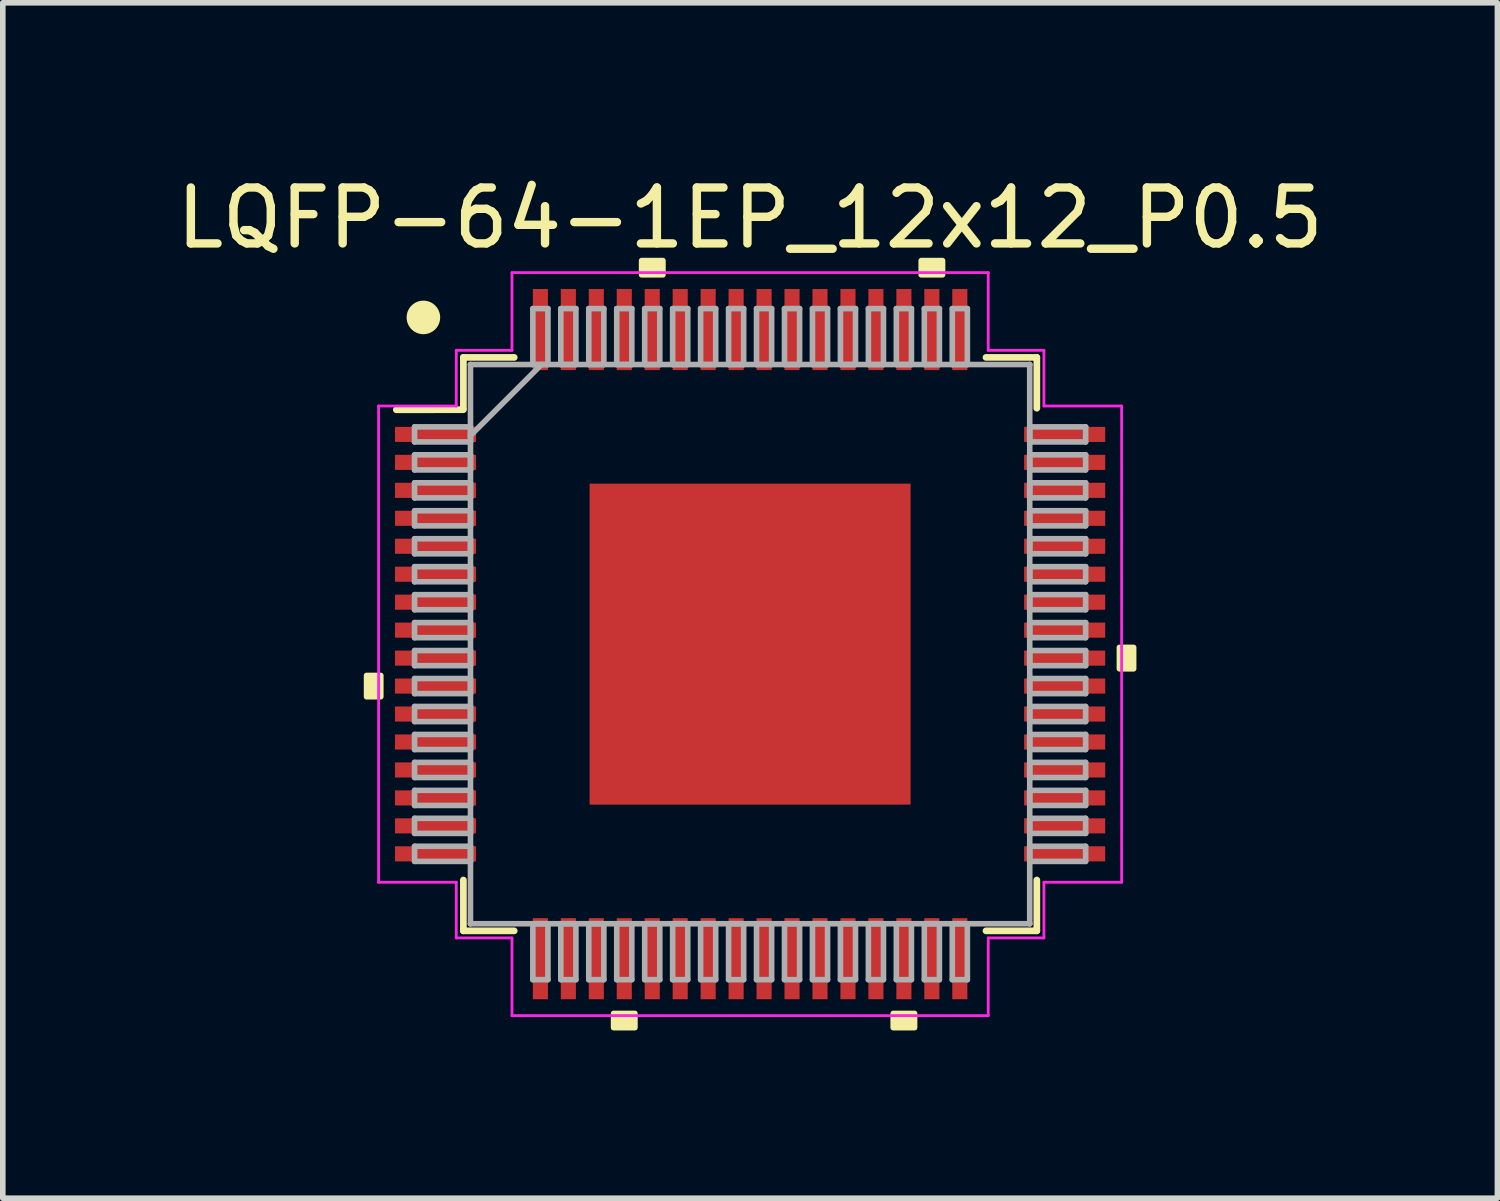
<source format=kicad_pcb>
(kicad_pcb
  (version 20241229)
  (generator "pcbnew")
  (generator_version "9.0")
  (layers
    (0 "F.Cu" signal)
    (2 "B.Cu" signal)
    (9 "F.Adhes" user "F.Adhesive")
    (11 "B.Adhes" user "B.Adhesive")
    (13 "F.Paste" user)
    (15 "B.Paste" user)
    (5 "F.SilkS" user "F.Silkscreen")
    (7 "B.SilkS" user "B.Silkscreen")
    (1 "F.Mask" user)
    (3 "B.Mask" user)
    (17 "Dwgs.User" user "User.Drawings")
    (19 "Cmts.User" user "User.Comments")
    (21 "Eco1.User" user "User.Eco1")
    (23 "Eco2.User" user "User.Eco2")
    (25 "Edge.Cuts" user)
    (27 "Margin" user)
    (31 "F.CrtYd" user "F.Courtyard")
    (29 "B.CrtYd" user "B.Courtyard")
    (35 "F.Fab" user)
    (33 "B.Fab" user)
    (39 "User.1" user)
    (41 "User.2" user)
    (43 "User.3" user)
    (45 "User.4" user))
  (footprint "LQFP-64-1EP_12x12_P0.5"
    (layer "F.Cu")
    (at 10.363 8.468)
    (property "Reference" "LQFP-64-1EP_12x12_P0.5" (at 0 -7.62 0) (layer "F.SilkS") (effects (font (size 1 1) (thickness 0.15))))
    (attr through_hole)
    (fp_line (start -5.127 -5.127) (end -5.127 -4.218) (stroke (width 0.12) (type solid)) (layer "F.SilkS"))
    (fp_line (start -5.127 -4.192) (end -6.326 -4.19) (stroke (width 0.12) (type solid)) (layer "F.SilkS"))
    (fp_line (start -5.127 4.218) (end -5.127 5.127) (stroke (width 0.12) (type solid)) (layer "F.SilkS"))
    (fp_line (start -5.127 5.127) (end -4.218 5.127) (stroke (width 0.12) (type solid)) (layer "F.SilkS"))
    (fp_line (start -4.218 -5.127) (end -5.127 -5.127) (stroke (width 0.12) (type solid)) (layer "F.SilkS"))
    (fp_line (start 4.218 5.127) (end 5.127 5.127) (stroke (width 0.12) (type solid)) (layer "F.SilkS"))
    (fp_line (start 5.127 -5.127) (end 4.218 -5.127) (stroke (width 0.12) (type solid)) (layer "F.SilkS"))
    (fp_line (start 5.127 -4.218) (end 5.127 -5.127) (stroke (width 0.12) (type solid)) (layer "F.SilkS"))
    (fp_line (start 5.127 5.127) (end 5.127 4.218) (stroke (width 0.12) (type solid)) (layer "F.SilkS"))
    (fp_circle (center -5.842 -5.842) (end -5.542 -5.842) (stroke (width 0) (type solid)) (fill yes) (layer "F.SilkS"))
    (fp_poly (pts (xy -6.858 0.56) (xy -6.858 0.941) (xy -6.604 0.941) (xy -6.604 0.56)) (stroke (width 0.1) (type solid)) (fill yes) (layer "F.SilkS"))
    (fp_poly (pts (xy -2.441 6.604) (xy -2.441 6.858) (xy -2.06 6.858) (xy -2.06 6.604)) (stroke (width 0.1) (type solid)) (fill yes) (layer "F.SilkS"))
    (fp_poly (pts (xy -1.94 -6.604) (xy -1.94 -6.858) (xy -1.559 -6.858) (xy -1.559 -6.604)) (stroke (width 0.1) (type solid)) (fill yes) (layer "F.SilkS"))
    (fp_poly (pts (xy 2.559 6.604) (xy 2.559 6.858) (xy 2.941 6.858) (xy 2.941 6.604)) (stroke (width 0.1) (type solid)) (fill yes) (layer "F.SilkS"))
    (fp_poly (pts (xy 3.06 -6.604) (xy 3.06 -6.858) (xy 3.441 -6.858) (xy 3.441 -6.604)) (stroke (width 0.1) (type solid)) (fill yes) (layer "F.SilkS"))
    (fp_poly (pts (xy 6.858 0.059) (xy 6.858 0.441) (xy 6.604 0.441) (xy 6.604 0.059)) (stroke (width 0.1) (type solid)) (fill yes) (layer "F.SilkS"))
    (fp_line (start -6.643 -4.258) (end -5.254 -4.258) (stroke (width 0.05) (type solid)) (layer "F.CrtYd"))
    (fp_line (start -6.643 4.258) (end -6.643 -4.258) (stroke (width 0.05) (type solid)) (layer "F.CrtYd"))
    (fp_line (start -5.254 -5.254) (end -4.258 -5.254) (stroke (width 0.05) (type solid)) (layer "F.CrtYd"))
    (fp_line (start -5.254 -4.258) (end -5.254 -5.254) (stroke (width 0.05) (type solid)) (layer "F.CrtYd"))
    (fp_line (start -5.254 4.258) (end -6.643 4.258) (stroke (width 0.05) (type solid)) (layer "F.CrtYd"))
    (fp_line (start -5.254 5.254) (end -5.254 4.258) (stroke (width 0.05) (type solid)) (layer "F.CrtYd"))
    (fp_line (start -4.258 -6.643) (end 4.258 -6.643) (stroke (width 0.05) (type solid)) (layer "F.CrtYd"))
    (fp_line (start -4.258 -5.254) (end -4.258 -6.643) (stroke (width 0.05) (type solid)) (layer "F.CrtYd"))
    (fp_line (start -4.258 5.254) (end -5.254 5.254) (stroke (width 0.05) (type solid)) (layer "F.CrtYd"))
    (fp_line (start -4.258 6.643) (end -4.258 5.254) (stroke (width 0.05) (type solid)) (layer "F.CrtYd"))
    (fp_line (start 4.258 -6.643) (end 4.258 -5.254) (stroke (width 0.05) (type solid)) (layer "F.CrtYd"))
    (fp_line (start 4.258 -5.254) (end 5.254 -5.254) (stroke (width 0.05) (type solid)) (layer "F.CrtYd"))
    (fp_line (start 4.258 5.254) (end 4.258 6.643) (stroke (width 0.05) (type solid)) (layer "F.CrtYd"))
    (fp_line (start 4.258 6.643) (end -4.258 6.643) (stroke (width 0.05) (type solid)) (layer "F.CrtYd"))
    (fp_line (start 5.254 -5.254) (end 5.254 -4.258) (stroke (width 0.05) (type solid)) (layer "F.CrtYd"))
    (fp_line (start 5.254 -4.258) (end 6.643 -4.258) (stroke (width 0.05) (type solid)) (layer "F.CrtYd"))
    (fp_line (start 5.254 4.258) (end 5.254 5.254) (stroke (width 0.05) (type solid)) (layer "F.CrtYd"))
    (fp_line (start 5.254 5.254) (end 4.258 5.254) (stroke (width 0.05) (type solid)) (layer "F.CrtYd"))
    (fp_line (start 6.643 -4.258) (end 6.643 4.258) (stroke (width 0.05) (type solid)) (layer "F.CrtYd"))
    (fp_line (start 6.643 4.258) (end 5.254 4.258) (stroke (width 0.05) (type solid)) (layer "F.CrtYd"))
    (fp_line (start -6 -3.885) (end -6 -3.615) (stroke (width 0.1) (type solid)) (layer "F.Fab"))
    (fp_line (start -6 -3.615) (end -5 -3.615) (stroke (width 0.1) (type solid)) (layer "F.Fab"))
    (fp_line (start -6 -3.385) (end -6 -3.115) (stroke (width 0.1) (type solid)) (layer "F.Fab"))
    (fp_line (start -6 -3.115) (end -5 -3.115) (stroke (width 0.1) (type solid)) (layer "F.Fab"))
    (fp_line (start -6 -2.885) (end -6 -2.615) (stroke (width 0.1) (type solid)) (layer "F.Fab"))
    (fp_line (start -6 -2.615) (end -5 -2.615) (stroke (width 0.1) (type solid)) (layer "F.Fab"))
    (fp_line (start -6 -2.385) (end -6 -2.115) (stroke (width 0.1) (type solid)) (layer "F.Fab"))
    (fp_line (start -6 -2.115) (end -5 -2.115) (stroke (width 0.1) (type solid)) (layer "F.Fab"))
    (fp_line (start -6 -1.885) (end -6 -1.615) (stroke (width 0.1) (type solid)) (layer "F.Fab"))
    (fp_line (start -6 -1.615) (end -5 -1.615) (stroke (width 0.1) (type solid)) (layer "F.Fab"))
    (fp_line (start -6 -1.385) (end -6 -1.115) (stroke (width 0.1) (type solid)) (layer "F.Fab"))
    (fp_line (start -6 -1.115) (end -5 -1.115) (stroke (width 0.1) (type solid)) (layer "F.Fab"))
    (fp_line (start -6 -0.885) (end -6 -0.615) (stroke (width 0.1) (type solid)) (layer "F.Fab"))
    (fp_line (start -6 -0.615) (end -5 -0.615) (stroke (width 0.1) (type solid)) (layer "F.Fab"))
    (fp_line (start -6 -0.385) (end -6 -0.115) (stroke (width 0.1) (type solid)) (layer "F.Fab"))
    (fp_line (start -6 -0.115) (end -5 -0.115) (stroke (width 0.1) (type solid)) (layer "F.Fab"))
    (fp_line (start -6 0.115) (end -6 0.385) (stroke (width 0.1) (type solid)) (layer "F.Fab"))
    (fp_line (start -6 0.385) (end -5 0.385) (stroke (width 0.1) (type solid)) (layer "F.Fab"))
    (fp_line (start -6 0.615) (end -6 0.885) (stroke (width 0.1) (type solid)) (layer "F.Fab"))
    (fp_line (start -6 0.885) (end -5 0.885) (stroke (width 0.1) (type solid)) (layer "F.Fab"))
    (fp_line (start -6 1.115) (end -6 1.385) (stroke (width 0.1) (type solid)) (layer "F.Fab"))
    (fp_line (start -6 1.385) (end -5 1.385) (stroke (width 0.1) (type solid)) (layer "F.Fab"))
    (fp_line (start -6 1.615) (end -6 1.885) (stroke (width 0.1) (type solid)) (layer "F.Fab"))
    (fp_line (start -6 1.885) (end -5 1.885) (stroke (width 0.1) (type solid)) (layer "F.Fab"))
    (fp_line (start -6 2.115) (end -6 2.385) (stroke (width 0.1) (type solid)) (layer "F.Fab"))
    (fp_line (start -6 2.385) (end -5 2.385) (stroke (width 0.1) (type solid)) (layer "F.Fab"))
    (fp_line (start -6 2.615) (end -6 2.885) (stroke (width 0.1) (type solid)) (layer "F.Fab"))
    (fp_line (start -6 2.885) (end -5 2.885) (stroke (width 0.1) (type solid)) (layer "F.Fab"))
    (fp_line (start -6 3.115) (end -6 3.385) (stroke (width 0.1) (type solid)) (layer "F.Fab"))
    (fp_line (start -6 3.385) (end -5 3.385) (stroke (width 0.1) (type solid)) (layer "F.Fab"))
    (fp_line (start -6 3.615) (end -6 3.885) (stroke (width 0.1) (type solid)) (layer "F.Fab"))
    (fp_line (start -6 3.885) (end -5 3.885) (stroke (width 0.1) (type solid)) (layer "F.Fab"))
    (fp_line (start -5 -5) (end -5 -5) (stroke (width 0.1) (type solid)) (layer "F.Fab"))
    (fp_line (start -5 -5) (end -5 5) (stroke (width 0.1) (type solid)) (layer "F.Fab"))
    (fp_line (start -5 -3.885) (end -6 -3.885) (stroke (width 0.1) (type solid)) (layer "F.Fab"))
    (fp_line (start -5 -3.73) (end -3.73 -5) (stroke (width 0.1) (type solid)) (layer "F.Fab"))
    (fp_line (start -5 -3.615) (end -5 -3.885) (stroke (width 0.1) (type solid)) (layer "F.Fab"))
    (fp_line (start -5 -3.385) (end -6 -3.385) (stroke (width 0.1) (type solid)) (layer "F.Fab"))
    (fp_line (start -5 -3.115) (end -5 -3.385) (stroke (width 0.1) (type solid)) (layer "F.Fab"))
    (fp_line (start -5 -2.885) (end -6 -2.885) (stroke (width 0.1) (type solid)) (layer "F.Fab"))
    (fp_line (start -5 -2.615) (end -5 -2.885) (stroke (width 0.1) (type solid)) (layer "F.Fab"))
    (fp_line (start -5 -2.385) (end -6 -2.385) (stroke (width 0.1) (type solid)) (layer "F.Fab"))
    (fp_line (start -5 -2.115) (end -5 -2.385) (stroke (width 0.1) (type solid)) (layer "F.Fab"))
    (fp_line (start -5 -1.885) (end -6 -1.885) (stroke (width 0.1) (type solid)) (layer "F.Fab"))
    (fp_line (start -5 -1.615) (end -5 -1.885) (stroke (width 0.1) (type solid)) (layer "F.Fab"))
    (fp_line (start -5 -1.385) (end -6 -1.385) (stroke (width 0.1) (type solid)) (layer "F.Fab"))
    (fp_line (start -5 -1.115) (end -5 -1.385) (stroke (width 0.1) (type solid)) (layer "F.Fab"))
    (fp_line (start -5 -0.885) (end -6 -0.885) (stroke (width 0.1) (type solid)) (layer "F.Fab"))
    (fp_line (start -5 -0.615) (end -5 -0.885) (stroke (width 0.1) (type solid)) (layer "F.Fab"))
    (fp_line (start -5 -0.385) (end -6 -0.385) (stroke (width 0.1) (type solid)) (layer "F.Fab"))
    (fp_line (start -5 -0.115) (end -5 -0.385) (stroke (width 0.1) (type solid)) (layer "F.Fab"))
    (fp_line (start -5 0.115) (end -6 0.115) (stroke (width 0.1) (type solid)) (layer "F.Fab"))
    (fp_line (start -5 0.385) (end -5 0.115) (stroke (width 0.1) (type solid)) (layer "F.Fab"))
    (fp_line (start -5 0.615) (end -6 0.615) (stroke (width 0.1) (type solid)) (layer "F.Fab"))
    (fp_line (start -5 0.885) (end -5 0.615) (stroke (width 0.1) (type solid)) (layer "F.Fab"))
    (fp_line (start -5 1.115) (end -6 1.115) (stroke (width 0.1) (type solid)) (layer "F.Fab"))
    (fp_line (start -5 1.385) (end -5 1.115) (stroke (width 0.1) (type solid)) (layer "F.Fab"))
    (fp_line (start -5 1.615) (end -6 1.615) (stroke (width 0.1) (type solid)) (layer "F.Fab"))
    (fp_line (start -5 1.885) (end -5 1.615) (stroke (width 0.1) (type solid)) (layer "F.Fab"))
    (fp_line (start -5 2.115) (end -6 2.115) (stroke (width 0.1) (type solid)) (layer "F.Fab"))
    (fp_line (start -5 2.385) (end -5 2.115) (stroke (width 0.1) (type solid)) (layer "F.Fab"))
    (fp_line (start -5 2.615) (end -6 2.615) (stroke (width 0.1) (type solid)) (layer "F.Fab"))
    (fp_line (start -5 2.885) (end -5 2.615) (stroke (width 0.1) (type solid)) (layer "F.Fab"))
    (fp_line (start -5 3.115) (end -6 3.115) (stroke (width 0.1) (type solid)) (layer "F.Fab"))
    (fp_line (start -5 3.385) (end -5 3.115) (stroke (width 0.1) (type solid)) (layer "F.Fab"))
    (fp_line (start -5 3.615) (end -6 3.615) (stroke (width 0.1) (type solid)) (layer "F.Fab"))
    (fp_line (start -5 3.885) (end -5 3.615) (stroke (width 0.1) (type solid)) (layer "F.Fab"))
    (fp_line (start -5 5) (end -5 5) (stroke (width 0.1) (type solid)) (layer "F.Fab"))
    (fp_line (start -5 5) (end 5 5) (stroke (width 0.1) (type solid)) (layer "F.Fab"))
    (fp_line (start -3.885 -6) (end -3.885 -5) (stroke (width 0.1) (type solid)) (layer "F.Fab"))
    (fp_line (start -3.885 -5) (end -3.615 -5) (stroke (width 0.1) (type solid)) (layer "F.Fab"))
    (fp_line (start -3.885 5) (end -3.885 6) (stroke (width 0.1) (type solid)) (layer "F.Fab"))
    (fp_line (start -3.885 6) (end -3.615 6) (stroke (width 0.1) (type solid)) (layer "F.Fab"))
    (fp_line (start -3.615 -6) (end -3.885 -6) (stroke (width 0.1) (type solid)) (layer "F.Fab"))
    (fp_line (start -3.615 -5) (end -3.615 -6) (stroke (width 0.1) (type solid)) (layer "F.Fab"))
    (fp_line (start -3.615 5) (end -3.885 5) (stroke (width 0.1) (type solid)) (layer "F.Fab"))
    (fp_line (start -3.615 6) (end -3.615 5) (stroke (width 0.1) (type solid)) (layer "F.Fab"))
    (fp_line (start -3.385 -6) (end -3.385 -5) (stroke (width 0.1) (type solid)) (layer "F.Fab"))
    (fp_line (start -3.385 -5) (end -3.115 -5) (stroke (width 0.1) (type solid)) (layer "F.Fab"))
    (fp_line (start -3.385 5) (end -3.385 6) (stroke (width 0.1) (type solid)) (layer "F.Fab"))
    (fp_line (start -3.385 6) (end -3.115 6) (stroke (width 0.1) (type solid)) (layer "F.Fab"))
    (fp_line (start -3.115 -6) (end -3.385 -6) (stroke (width 0.1) (type solid)) (layer "F.Fab"))
    (fp_line (start -3.115 -5) (end -3.115 -6) (stroke (width 0.1) (type solid)) (layer "F.Fab"))
    (fp_line (start -3.115 5) (end -3.385 5) (stroke (width 0.1) (type solid)) (layer "F.Fab"))
    (fp_line (start -3.115 6) (end -3.115 5) (stroke (width 0.1) (type solid)) (layer "F.Fab"))
    (fp_line (start -2.885 -6) (end -2.885 -5) (stroke (width 0.1) (type solid)) (layer "F.Fab"))
    (fp_line (start -2.885 -5) (end -2.615 -5) (stroke (width 0.1) (type solid)) (layer "F.Fab"))
    (fp_line (start -2.885 5) (end -2.885 6) (stroke (width 0.1) (type solid)) (layer "F.Fab"))
    (fp_line (start -2.885 6) (end -2.615 6) (stroke (width 0.1) (type solid)) (layer "F.Fab"))
    (fp_line (start -2.615 -6) (end -2.885 -6) (stroke (width 0.1) (type solid)) (layer "F.Fab"))
    (fp_line (start -2.615 -5) (end -2.615 -6) (stroke (width 0.1) (type solid)) (layer "F.Fab"))
    (fp_line (start -2.615 5) (end -2.885 5) (stroke (width 0.1) (type solid)) (layer "F.Fab"))
    (fp_line (start -2.615 6) (end -2.615 5) (stroke (width 0.1) (type solid)) (layer "F.Fab"))
    (fp_line (start -2.385 -6) (end -2.385 -5) (stroke (width 0.1) (type solid)) (layer "F.Fab"))
    (fp_line (start -2.385 -5) (end -2.115 -5) (stroke (width 0.1) (type solid)) (layer "F.Fab"))
    (fp_line (start -2.385 5) (end -2.385 6) (stroke (width 0.1) (type solid)) (layer "F.Fab"))
    (fp_line (start -2.385 6) (end -2.115 6) (stroke (width 0.1) (type solid)) (layer "F.Fab"))
    (fp_line (start -2.115 -6) (end -2.385 -6) (stroke (width 0.1) (type solid)) (layer "F.Fab"))
    (fp_line (start -2.115 -5) (end -2.115 -6) (stroke (width 0.1) (type solid)) (layer "F.Fab"))
    (fp_line (start -2.115 5) (end -2.385 5) (stroke (width 0.1) (type solid)) (layer "F.Fab"))
    (fp_line (start -2.115 6) (end -2.115 5) (stroke (width 0.1) (type solid)) (layer "F.Fab"))
    (fp_line (start -1.885 -6) (end -1.885 -5) (stroke (width 0.1) (type solid)) (layer "F.Fab"))
    (fp_line (start -1.885 -5) (end -1.615 -5) (stroke (width 0.1) (type solid)) (layer "F.Fab"))
    (fp_line (start -1.885 5) (end -1.885 6) (stroke (width 0.1) (type solid)) (layer "F.Fab"))
    (fp_line (start -1.885 6) (end -1.615 6) (stroke (width 0.1) (type solid)) (layer "F.Fab"))
    (fp_line (start -1.615 -6) (end -1.885 -6) (stroke (width 0.1) (type solid)) (layer "F.Fab"))
    (fp_line (start -1.615 -5) (end -1.615 -6) (stroke (width 0.1) (type solid)) (layer "F.Fab"))
    (fp_line (start -1.615 5) (end -1.885 5) (stroke (width 0.1) (type solid)) (layer "F.Fab"))
    (fp_line (start -1.615 6) (end -1.615 5) (stroke (width 0.1) (type solid)) (layer "F.Fab"))
    (fp_line (start -1.385 -6) (end -1.385 -5) (stroke (width 0.1) (type solid)) (layer "F.Fab"))
    (fp_line (start -1.385 -5) (end -1.115 -5) (stroke (width 0.1) (type solid)) (layer "F.Fab"))
    (fp_line (start -1.385 5) (end -1.385 6) (stroke (width 0.1) (type solid)) (layer "F.Fab"))
    (fp_line (start -1.385 6) (end -1.115 6) (stroke (width 0.1) (type solid)) (layer "F.Fab"))
    (fp_line (start -1.115 -6) (end -1.385 -6) (stroke (width 0.1) (type solid)) (layer "F.Fab"))
    (fp_line (start -1.115 -5) (end -1.115 -6) (stroke (width 0.1) (type solid)) (layer "F.Fab"))
    (fp_line (start -1.115 5) (end -1.385 5) (stroke (width 0.1) (type solid)) (layer "F.Fab"))
    (fp_line (start -1.115 6) (end -1.115 5) (stroke (width 0.1) (type solid)) (layer "F.Fab"))
    (fp_line (start -0.885 -6) (end -0.885 -5) (stroke (width 0.1) (type solid)) (layer "F.Fab"))
    (fp_line (start -0.885 -5) (end -0.615 -5) (stroke (width 0.1) (type solid)) (layer "F.Fab"))
    (fp_line (start -0.885 5) (end -0.885 6) (stroke (width 0.1) (type solid)) (layer "F.Fab"))
    (fp_line (start -0.885 6) (end -0.615 6) (stroke (width 0.1) (type solid)) (layer "F.Fab"))
    (fp_line (start -0.615 -6) (end -0.885 -6) (stroke (width 0.1) (type solid)) (layer "F.Fab"))
    (fp_line (start -0.615 -5) (end -0.615 -6) (stroke (width 0.1) (type solid)) (layer "F.Fab"))
    (fp_line (start -0.615 5) (end -0.885 5) (stroke (width 0.1) (type solid)) (layer "F.Fab"))
    (fp_line (start -0.615 6) (end -0.615 5) (stroke (width 0.1) (type solid)) (layer "F.Fab"))
    (fp_line (start -0.385 -6) (end -0.385 -5) (stroke (width 0.1) (type solid)) (layer "F.Fab"))
    (fp_line (start -0.385 -5) (end -0.115 -5) (stroke (width 0.1) (type solid)) (layer "F.Fab"))
    (fp_line (start -0.385 5) (end -0.385 6) (stroke (width 0.1) (type solid)) (layer "F.Fab"))
    (fp_line (start -0.385 6) (end -0.115 6) (stroke (width 0.1) (type solid)) (layer "F.Fab"))
    (fp_line (start -0.115 -6) (end -0.385 -6) (stroke (width 0.1) (type solid)) (layer "F.Fab"))
    (fp_line (start -0.115 -5) (end -0.115 -6) (stroke (width 0.1) (type solid)) (layer "F.Fab"))
    (fp_line (start -0.115 5) (end -0.385 5) (stroke (width 0.1) (type solid)) (layer "F.Fab"))
    (fp_line (start -0.115 6) (end -0.115 5) (stroke (width 0.1) (type solid)) (layer "F.Fab"))
    (fp_line (start 0.115 -6) (end 0.115 -5) (stroke (width 0.1) (type solid)) (layer "F.Fab"))
    (fp_line (start 0.115 -5) (end 0.385 -5) (stroke (width 0.1) (type solid)) (layer "F.Fab"))
    (fp_line (start 0.115 5) (end 0.115 6) (stroke (width 0.1) (type solid)) (layer "F.Fab"))
    (fp_line (start 0.115 6) (end 0.385 6) (stroke (width 0.1) (type solid)) (layer "F.Fab"))
    (fp_line (start 0.385 -6) (end 0.115 -6) (stroke (width 0.1) (type solid)) (layer "F.Fab"))
    (fp_line (start 0.385 -5) (end 0.385 -6) (stroke (width 0.1) (type solid)) (layer "F.Fab"))
    (fp_line (start 0.385 5) (end 0.115 5) (stroke (width 0.1) (type solid)) (layer "F.Fab"))
    (fp_line (start 0.385 6) (end 0.385 5) (stroke (width 0.1) (type solid)) (layer "F.Fab"))
    (fp_line (start 0.615 -6) (end 0.615 -5) (stroke (width 0.1) (type solid)) (layer "F.Fab"))
    (fp_line (start 0.615 -5) (end 0.885 -5) (stroke (width 0.1) (type solid)) (layer "F.Fab"))
    (fp_line (start 0.615 5) (end 0.615 6) (stroke (width 0.1) (type solid)) (layer "F.Fab"))
    (fp_line (start 0.615 6) (end 0.885 6) (stroke (width 0.1) (type solid)) (layer "F.Fab"))
    (fp_line (start 0.885 -6) (end 0.615 -6) (stroke (width 0.1) (type solid)) (layer "F.Fab"))
    (fp_line (start 0.885 -5) (end 0.885 -6) (stroke (width 0.1) (type solid)) (layer "F.Fab"))
    (fp_line (start 0.885 5) (end 0.615 5) (stroke (width 0.1) (type solid)) (layer "F.Fab"))
    (fp_line (start 0.885 6) (end 0.885 5) (stroke (width 0.1) (type solid)) (layer "F.Fab"))
    (fp_line (start 1.115 -6) (end 1.115 -5) (stroke (width 0.1) (type solid)) (layer "F.Fab"))
    (fp_line (start 1.115 -5) (end 1.385 -5) (stroke (width 0.1) (type solid)) (layer "F.Fab"))
    (fp_line (start 1.115 5) (end 1.115 6) (stroke (width 0.1) (type solid)) (layer "F.Fab"))
    (fp_line (start 1.115 6) (end 1.385 6) (stroke (width 0.1) (type solid)) (layer "F.Fab"))
    (fp_line (start 1.385 -6) (end 1.115 -6) (stroke (width 0.1) (type solid)) (layer "F.Fab"))
    (fp_line (start 1.385 -5) (end 1.385 -6) (stroke (width 0.1) (type solid)) (layer "F.Fab"))
    (fp_line (start 1.385 5) (end 1.115 5) (stroke (width 0.1) (type solid)) (layer "F.Fab"))
    (fp_line (start 1.385 6) (end 1.385 5) (stroke (width 0.1) (type solid)) (layer "F.Fab"))
    (fp_line (start 1.615 -6) (end 1.615 -5) (stroke (width 0.1) (type solid)) (layer "F.Fab"))
    (fp_line (start 1.615 -5) (end 1.885 -5) (stroke (width 0.1) (type solid)) (layer "F.Fab"))
    (fp_line (start 1.615 5) (end 1.615 6) (stroke (width 0.1) (type solid)) (layer "F.Fab"))
    (fp_line (start 1.615 6) (end 1.885 6) (stroke (width 0.1) (type solid)) (layer "F.Fab"))
    (fp_line (start 1.885 -6) (end 1.615 -6) (stroke (width 0.1) (type solid)) (layer "F.Fab"))
    (fp_line (start 1.885 -5) (end 1.885 -6) (stroke (width 0.1) (type solid)) (layer "F.Fab"))
    (fp_line (start 1.885 5) (end 1.615 5) (stroke (width 0.1) (type solid)) (layer "F.Fab"))
    (fp_line (start 1.885 6) (end 1.885 5) (stroke (width 0.1) (type solid)) (layer "F.Fab"))
    (fp_line (start 2.115 -6) (end 2.115 -5) (stroke (width 0.1) (type solid)) (layer "F.Fab"))
    (fp_line (start 2.115 -5) (end 2.385 -5) (stroke (width 0.1) (type solid)) (layer "F.Fab"))
    (fp_line (start 2.115 5) (end 2.115 6) (stroke (width 0.1) (type solid)) (layer "F.Fab"))
    (fp_line (start 2.115 6) (end 2.385 6) (stroke (width 0.1) (type solid)) (layer "F.Fab"))
    (fp_line (start 2.385 -6) (end 2.115 -6) (stroke (width 0.1) (type solid)) (layer "F.Fab"))
    (fp_line (start 2.385 -5) (end 2.385 -6) (stroke (width 0.1) (type solid)) (layer "F.Fab"))
    (fp_line (start 2.385 5) (end 2.115 5) (stroke (width 0.1) (type solid)) (layer "F.Fab"))
    (fp_line (start 2.385 6) (end 2.385 5) (stroke (width 0.1) (type solid)) (layer "F.Fab"))
    (fp_line (start 2.615 -6) (end 2.615 -5) (stroke (width 0.1) (type solid)) (layer "F.Fab"))
    (fp_line (start 2.615 -5) (end 2.885 -5) (stroke (width 0.1) (type solid)) (layer "F.Fab"))
    (fp_line (start 2.615 5) (end 2.615 6) (stroke (width 0.1) (type solid)) (layer "F.Fab"))
    (fp_line (start 2.615 6) (end 2.885 6) (stroke (width 0.1) (type solid)) (layer "F.Fab"))
    (fp_line (start 2.885 -6) (end 2.615 -6) (stroke (width 0.1) (type solid)) (layer "F.Fab"))
    (fp_line (start 2.885 -5) (end 2.885 -6) (stroke (width 0.1) (type solid)) (layer "F.Fab"))
    (fp_line (start 2.885 5) (end 2.615 5) (stroke (width 0.1) (type solid)) (layer "F.Fab"))
    (fp_line (start 2.885 6) (end 2.885 5) (stroke (width 0.1) (type solid)) (layer "F.Fab"))
    (fp_line (start 3.115 -6) (end 3.115 -5) (stroke (width 0.1) (type solid)) (layer "F.Fab"))
    (fp_line (start 3.115 -5) (end 3.385 -5) (stroke (width 0.1) (type solid)) (layer "F.Fab"))
    (fp_line (start 3.115 5) (end 3.115 6) (stroke (width 0.1) (type solid)) (layer "F.Fab"))
    (fp_line (start 3.115 6) (end 3.385 6) (stroke (width 0.1) (type solid)) (layer "F.Fab"))
    (fp_line (start 3.385 -6) (end 3.115 -6) (stroke (width 0.1) (type solid)) (layer "F.Fab"))
    (fp_line (start 3.385 -5) (end 3.385 -6) (stroke (width 0.1) (type solid)) (layer "F.Fab"))
    (fp_line (start 3.385 5) (end 3.115 5) (stroke (width 0.1) (type solid)) (layer "F.Fab"))
    (fp_line (start 3.385 6) (end 3.385 5) (stroke (width 0.1) (type solid)) (layer "F.Fab"))
    (fp_line (start 3.615 -6) (end 3.615 -5) (stroke (width 0.1) (type solid)) (layer "F.Fab"))
    (fp_line (start 3.615 -5) (end 3.885 -5) (stroke (width 0.1) (type solid)) (layer "F.Fab"))
    (fp_line (start 3.615 5) (end 3.615 6) (stroke (width 0.1) (type solid)) (layer "F.Fab"))
    (fp_line (start 3.615 6) (end 3.885 6) (stroke (width 0.1) (type solid)) (layer "F.Fab"))
    (fp_line (start 3.885 -6) (end 3.615 -6) (stroke (width 0.1) (type solid)) (layer "F.Fab"))
    (fp_line (start 3.885 -5) (end 3.885 -6) (stroke (width 0.1) (type solid)) (layer "F.Fab"))
    (fp_line (start 3.885 5) (end 3.615 5) (stroke (width 0.1) (type solid)) (layer "F.Fab"))
    (fp_line (start 3.885 6) (end 3.885 5) (stroke (width 0.1) (type solid)) (layer "F.Fab"))
    (fp_line (start 5 -5) (end -5 -5) (stroke (width 0.1) (type solid)) (layer "F.Fab"))
    (fp_line (start 5 -5) (end 5 -5) (stroke (width 0.1) (type solid)) (layer "F.Fab"))
    (fp_line (start 5 -3.885) (end 5 -3.615) (stroke (width 0.1) (type solid)) (layer "F.Fab"))
    (fp_line (start 5 -3.615) (end 6 -3.615) (stroke (width 0.1) (type solid)) (layer "F.Fab"))
    (fp_line (start 5 -3.385) (end 5 -3.115) (stroke (width 0.1) (type solid)) (layer "F.Fab"))
    (fp_line (start 5 -3.115) (end 6 -3.115) (stroke (width 0.1) (type solid)) (layer "F.Fab"))
    (fp_line (start 5 -2.885) (end 5 -2.615) (stroke (width 0.1) (type solid)) (layer "F.Fab"))
    (fp_line (start 5 -2.615) (end 6 -2.615) (stroke (width 0.1) (type solid)) (layer "F.Fab"))
    (fp_line (start 5 -2.385) (end 5 -2.115) (stroke (width 0.1) (type solid)) (layer "F.Fab"))
    (fp_line (start 5 -2.115) (end 6 -2.115) (stroke (width 0.1) (type solid)) (layer "F.Fab"))
    (fp_line (start 5 -1.885) (end 5 -1.615) (stroke (width 0.1) (type solid)) (layer "F.Fab"))
    (fp_line (start 5 -1.615) (end 6 -1.615) (stroke (width 0.1) (type solid)) (layer "F.Fab"))
    (fp_line (start 5 -1.385) (end 5 -1.115) (stroke (width 0.1) (type solid)) (layer "F.Fab"))
    (fp_line (start 5 -1.115) (end 6 -1.115) (stroke (width 0.1) (type solid)) (layer "F.Fab"))
    (fp_line (start 5 -0.885) (end 5 -0.615) (stroke (width 0.1) (type solid)) (layer "F.Fab"))
    (fp_line (start 5 -0.615) (end 6 -0.615) (stroke (width 0.1) (type solid)) (layer "F.Fab"))
    (fp_line (start 5 -0.385) (end 5 -0.115) (stroke (width 0.1) (type solid)) (layer "F.Fab"))
    (fp_line (start 5 -0.115) (end 6 -0.115) (stroke (width 0.1) (type solid)) (layer "F.Fab"))
    (fp_line (start 5 0.115) (end 5 0.385) (stroke (width 0.1) (type solid)) (layer "F.Fab"))
    (fp_line (start 5 0.385) (end 6 0.385) (stroke (width 0.1) (type solid)) (layer "F.Fab"))
    (fp_line (start 5 0.615) (end 5 0.885) (stroke (width 0.1) (type solid)) (layer "F.Fab"))
    (fp_line (start 5 0.885) (end 6 0.885) (stroke (width 0.1) (type solid)) (layer "F.Fab"))
    (fp_line (start 5 1.115) (end 5 1.385) (stroke (width 0.1) (type solid)) (layer "F.Fab"))
    (fp_line (start 5 1.385) (end 6 1.385) (stroke (width 0.1) (type solid)) (layer "F.Fab"))
    (fp_line (start 5 1.615) (end 5 1.885) (stroke (width 0.1) (type solid)) (layer "F.Fab"))
    (fp_line (start 5 1.885) (end 6 1.885) (stroke (width 0.1) (type solid)) (layer "F.Fab"))
    (fp_line (start 5 2.115) (end 5 2.385) (stroke (width 0.1) (type solid)) (layer "F.Fab"))
    (fp_line (start 5 2.385) (end 6 2.385) (stroke (width 0.1) (type solid)) (layer "F.Fab"))
    (fp_line (start 5 2.615) (end 5 2.885) (stroke (width 0.1) (type solid)) (layer "F.Fab"))
    (fp_line (start 5 2.885) (end 6 2.885) (stroke (width 0.1) (type solid)) (layer "F.Fab"))
    (fp_line (start 5 3.115) (end 5 3.385) (stroke (width 0.1) (type solid)) (layer "F.Fab"))
    (fp_line (start 5 3.385) (end 6 3.385) (stroke (width 0.1) (type solid)) (layer "F.Fab"))
    (fp_line (start 5 3.615) (end 5 3.885) (stroke (width 0.1) (type solid)) (layer "F.Fab"))
    (fp_line (start 5 3.885) (end 6 3.885) (stroke (width 0.1) (type solid)) (layer "F.Fab"))
    (fp_line (start 5 5) (end 5 -5) (stroke (width 0.1) (type solid)) (layer "F.Fab"))
    (fp_line (start 5 5) (end 5 5) (stroke (width 0.1) (type solid)) (layer "F.Fab"))
    (fp_line (start 6 -3.885) (end 5 -3.885) (stroke (width 0.1) (type solid)) (layer "F.Fab"))
    (fp_line (start 6 -3.615) (end 6 -3.885) (stroke (width 0.1) (type solid)) (layer "F.Fab"))
    (fp_line (start 6 -3.385) (end 5 -3.385) (stroke (width 0.1) (type solid)) (layer "F.Fab"))
    (fp_line (start 6 -3.115) (end 6 -3.385) (stroke (width 0.1) (type solid)) (layer "F.Fab"))
    (fp_line (start 6 -2.885) (end 5 -2.885) (stroke (width 0.1) (type solid)) (layer "F.Fab"))
    (fp_line (start 6 -2.615) (end 6 -2.885) (stroke (width 0.1) (type solid)) (layer "F.Fab"))
    (fp_line (start 6 -2.385) (end 5 -2.385) (stroke (width 0.1) (type solid)) (layer "F.Fab"))
    (fp_line (start 6 -2.115) (end 6 -2.385) (stroke (width 0.1) (type solid)) (layer "F.Fab"))
    (fp_line (start 6 -1.885) (end 5 -1.885) (stroke (width 0.1) (type solid)) (layer "F.Fab"))
    (fp_line (start 6 -1.615) (end 6 -1.885) (stroke (width 0.1) (type solid)) (layer "F.Fab"))
    (fp_line (start 6 -1.385) (end 5 -1.385) (stroke (width 0.1) (type solid)) (layer "F.Fab"))
    (fp_line (start 6 -1.115) (end 6 -1.385) (stroke (width 0.1) (type solid)) (layer "F.Fab"))
    (fp_line (start 6 -0.885) (end 5 -0.885) (stroke (width 0.1) (type solid)) (layer "F.Fab"))
    (fp_line (start 6 -0.615) (end 6 -0.885) (stroke (width 0.1) (type solid)) (layer "F.Fab"))
    (fp_line (start 6 -0.385) (end 5 -0.385) (stroke (width 0.1) (type solid)) (layer "F.Fab"))
    (fp_line (start 6 -0.115) (end 6 -0.385) (stroke (width 0.1) (type solid)) (layer "F.Fab"))
    (fp_line (start 6 0.115) (end 5 0.115) (stroke (width 0.1) (type solid)) (layer "F.Fab"))
    (fp_line (start 6 0.385) (end 6 0.115) (stroke (width 0.1) (type solid)) (layer "F.Fab"))
    (fp_line (start 6 0.615) (end 5 0.615) (stroke (width 0.1) (type solid)) (layer "F.Fab"))
    (fp_line (start 6 0.885) (end 6 0.615) (stroke (width 0.1) (type solid)) (layer "F.Fab"))
    (fp_line (start 6 1.115) (end 5 1.115) (stroke (width 0.1) (type solid)) (layer "F.Fab"))
    (fp_line (start 6 1.385) (end 6 1.115) (stroke (width 0.1) (type solid)) (layer "F.Fab"))
    (fp_line (start 6 1.615) (end 5 1.615) (stroke (width 0.1) (type solid)) (layer "F.Fab"))
    (fp_line (start 6 1.885) (end 6 1.615) (stroke (width 0.1) (type solid)) (layer "F.Fab"))
    (fp_line (start 6 2.115) (end 5 2.115) (stroke (width 0.1) (type solid)) (layer "F.Fab"))
    (fp_line (start 6 2.385) (end 6 2.115) (stroke (width 0.1) (type solid)) (layer "F.Fab"))
    (fp_line (start 6 2.615) (end 5 2.615) (stroke (width 0.1) (type solid)) (layer "F.Fab"))
    (fp_line (start 6 2.885) (end 6 2.615) (stroke (width 0.1) (type solid)) (layer "F.Fab"))
    (fp_line (start 6 3.115) (end 5 3.115) (stroke (width 0.1) (type solid)) (layer "F.Fab"))
    (fp_line (start 6 3.385) (end 6 3.115) (stroke (width 0.1) (type solid)) (layer "F.Fab"))
    (fp_line (start 6 3.615) (end 5 3.615) (stroke (width 0.1) (type solid)) (layer "F.Fab"))
    (fp_line (start 6 3.885) (end 6 3.615) (stroke (width 0.1) (type solid)) (layer "F.Fab"))
    (pad "1" smd rect (at -5.625 -3.75 90) (size 0.27 1.45) (layers "F.Cu" "F.Mask" "F.Paste"))
    (pad "2" smd rect (at -5.625 -3.25 90) (size 0.27 1.45) (layers "F.Cu" "F.Mask" "F.Paste"))
    (pad "3" smd rect (at -5.625 -2.75 90) (size 0.27 1.45) (layers "F.Cu" "F.Mask" "F.Paste"))
    (pad "4" smd rect (at -5.625 -2.25 90) (size 0.27 1.45) (layers "F.Cu" "F.Mask" "F.Paste"))
    (pad "5" smd rect (at -5.625 -1.75 90) (size 0.27 1.45) (layers "F.Cu" "F.Mask" "F.Paste"))
    (pad "6" smd rect (at -5.625 -1.25 90) (size 0.27 1.45) (layers "F.Cu" "F.Mask" "F.Paste"))
    (pad "7" smd rect (at -5.625 -0.75 90) (size 0.27 1.45) (layers "F.Cu" "F.Mask" "F.Paste"))
    (pad "8" smd rect (at -5.625 -0.25 90) (size 0.27 1.45) (layers "F.Cu" "F.Mask" "F.Paste"))
    (pad "9" smd rect (at -5.625 0.25 90) (size 0.27 1.45) (layers "F.Cu" "F.Mask" "F.Paste"))
    (pad "10" smd rect (at -5.625 0.75 90) (size 0.27 1.45) (layers "F.Cu" "F.Mask" "F.Paste"))
    (pad "11" smd rect (at -5.625 1.25 90) (size 0.27 1.45) (layers "F.Cu" "F.Mask" "F.Paste"))
    (pad "12" smd rect (at -5.625 1.75 90) (size 0.27 1.45) (layers "F.Cu" "F.Mask" "F.Paste"))
    (pad "13" smd rect (at -5.625 2.25 90) (size 0.27 1.45) (layers "F.Cu" "F.Mask" "F.Paste"))
    (pad "14" smd rect (at -5.625 2.75 90) (size 0.27 1.45) (layers "F.Cu" "F.Mask" "F.Paste"))
    (pad "15" smd rect (at -5.625 3.25 90) (size 0.27 1.45) (layers "F.Cu" "F.Mask" "F.Paste"))
    (pad "16" smd rect (at -5.625 3.75 90) (size 0.27 1.45) (layers "F.Cu" "F.Mask" "F.Paste"))
    (pad "17" smd rect (at -3.75 5.625) (size 0.27 1.45) (layers "F.Cu" "F.Mask" "F.Paste"))
    (pad "18" smd rect (at -3.25 5.625) (size 0.27 1.45) (layers "F.Cu" "F.Mask" "F.Paste"))
    (pad "19" smd rect (at -2.75 5.625) (size 0.27 1.45) (layers "F.Cu" "F.Mask" "F.Paste"))
    (pad "20" smd rect (at -2.25 5.625) (size 0.27 1.45) (layers "F.Cu" "F.Mask" "F.Paste"))
    (pad "21" smd rect (at -1.75 5.625) (size 0.27 1.45) (layers "F.Cu" "F.Mask" "F.Paste"))
    (pad "22" smd rect (at -1.25 5.625) (size 0.27 1.45) (layers "F.Cu" "F.Mask" "F.Paste"))
    (pad "23" smd rect (at -0.75 5.625) (size 0.27 1.45) (layers "F.Cu" "F.Mask" "F.Paste"))
    (pad "24" smd rect (at -0.25 5.625) (size 0.27 1.45) (layers "F.Cu" "F.Mask" "F.Paste"))
    (pad "25" smd rect (at 0.25 5.625) (size 0.27 1.45) (layers "F.Cu" "F.Mask" "F.Paste"))
    (pad "26" smd rect (at 0.75 5.625) (size 0.27 1.45) (layers "F.Cu" "F.Mask" "F.Paste"))
    (pad "27" smd rect (at 1.25 5.625) (size 0.27 1.45) (layers "F.Cu" "F.Mask" "F.Paste"))
    (pad "28" smd rect (at 1.75 5.625) (size 0.27 1.45) (layers "F.Cu" "F.Mask" "F.Paste"))
    (pad "29" smd rect (at 2.25 5.625) (size 0.27 1.45) (layers "F.Cu" "F.Mask" "F.Paste"))
    (pad "30" smd rect (at 2.75 5.625) (size 0.27 1.45) (layers "F.Cu" "F.Mask" "F.Paste"))
    (pad "31" smd rect (at 3.25 5.625) (size 0.27 1.45) (layers "F.Cu" "F.Mask" "F.Paste"))
    (pad "32" smd rect (at 3.75 5.625) (size 0.27 1.45) (layers "F.Cu" "F.Mask" "F.Paste"))
    (pad "33" smd rect (at 5.625 3.75 90) (size 0.27 1.45) (layers "F.Cu" "F.Mask" "F.Paste"))
    (pad "34" smd rect (at 5.625 3.25 90) (size 0.27 1.45) (layers "F.Cu" "F.Mask" "F.Paste"))
    (pad "35" smd rect (at 5.625 2.75 90) (size 0.27 1.45) (layers "F.Cu" "F.Mask" "F.Paste"))
    (pad "36" smd rect (at 5.625 2.25 90) (size 0.27 1.45) (layers "F.Cu" "F.Mask" "F.Paste"))
    (pad "37" smd rect (at 5.625 1.75 90) (size 0.27 1.45) (layers "F.Cu" "F.Mask" "F.Paste"))
    (pad "38" smd rect (at 5.625 1.25 90) (size 0.27 1.45) (layers "F.Cu" "F.Mask" "F.Paste"))
    (pad "39" smd rect (at 5.625 0.75 90) (size 0.27 1.45) (layers "F.Cu" "F.Mask" "F.Paste"))
    (pad "40" smd rect (at 5.625 0.25 90) (size 0.27 1.45) (layers "F.Cu" "F.Mask" "F.Paste"))
    (pad "41" smd rect (at 5.625 -0.25 90) (size 0.27 1.45) (layers "F.Cu" "F.Mask" "F.Paste"))
    (pad "42" smd rect (at 5.625 -0.75 90) (size 0.27 1.45) (layers "F.Cu" "F.Mask" "F.Paste"))
    (pad "43" smd rect (at 5.625 -1.25 90) (size 0.27 1.45) (layers "F.Cu" "F.Mask" "F.Paste"))
    (pad "44" smd rect (at 5.625 -1.75 90) (size 0.27 1.45) (layers "F.Cu" "F.Mask" "F.Paste"))
    (pad "45" smd rect (at 5.625 -2.25 90) (size 0.27 1.45) (layers "F.Cu" "F.Mask" "F.Paste"))
    (pad "46" smd rect (at 5.625 -2.75 90) (size 0.27 1.45) (layers "F.Cu" "F.Mask" "F.Paste"))
    (pad "47" smd rect (at 5.625 -3.25 90) (size 0.27 1.45) (layers "F.Cu" "F.Mask" "F.Paste"))
    (pad "48" smd rect (at 5.625 -3.75 90) (size 0.27 1.45) (layers "F.Cu" "F.Mask" "F.Paste"))
    (pad "49" smd rect (at 3.75 -5.625) (size 0.27 1.45) (layers "F.Cu" "F.Mask" "F.Paste"))
    (pad "50" smd rect (at 3.25 -5.625) (size 0.27 1.45) (layers "F.Cu" "F.Mask" "F.Paste"))
    (pad "51" smd rect (at 2.75 -5.625) (size 0.27 1.45) (layers "F.Cu" "F.Mask" "F.Paste"))
    (pad "52" smd rect (at 2.25 -5.625) (size 0.27 1.45) (layers "F.Cu" "F.Mask" "F.Paste"))
    (pad "53" smd rect (at 1.75 -5.625) (size 0.27 1.45) (layers "F.Cu" "F.Mask" "F.Paste"))
    (pad "54" smd rect (at 1.25 -5.625) (size 0.27 1.45) (layers "F.Cu" "F.Mask" "F.Paste"))
    (pad "55" smd rect (at 0.75 -5.625) (size 0.27 1.45) (layers "F.Cu" "F.Mask" "F.Paste"))
    (pad "56" smd rect (at 0.25 -5.625) (size 0.27 1.45) (layers "F.Cu" "F.Mask" "F.Paste"))
    (pad "57" smd rect (at -0.25 -5.625) (size 0.27 1.45) (layers "F.Cu" "F.Mask" "F.Paste"))
    (pad "58" smd rect (at -0.75 -5.625) (size 0.27 1.45) (layers "F.Cu" "F.Mask" "F.Paste"))
    (pad "59" smd rect (at -1.25 -5.625) (size 0.27 1.45) (layers "F.Cu" "F.Mask" "F.Paste"))
    (pad "60" smd rect (at -1.75 -5.625) (size 0.27 1.45) (layers "F.Cu" "F.Mask" "F.Paste"))
    (pad "61" smd rect (at -2.25 -5.625) (size 0.27 1.45) (layers "F.Cu" "F.Mask" "F.Paste"))
    (pad "62" smd rect (at -2.75 -5.625) (size 0.27 1.45) (layers "F.Cu" "F.Mask" "F.Paste"))
    (pad "63" smd rect (at -3.25 -5.625) (size 0.27 1.45) (layers "F.Cu" "F.Mask" "F.Paste"))
    (pad "64" smd rect (at -3.75 -5.625) (size 0.27 1.45) (layers "F.Cu" "F.Mask" "F.Paste"))
    (pad "EPAD1" smd rect (at 0 0) (size 5.74 5.74) (layers "F.Cu" "F.Mask")))
  (gr_rect
    (start -3 -3)
    (end 23.726 18.376)
    (stroke (width 0.1) (type default))
    (fill no)
    (layer "Edge.Cuts")))
</source>
